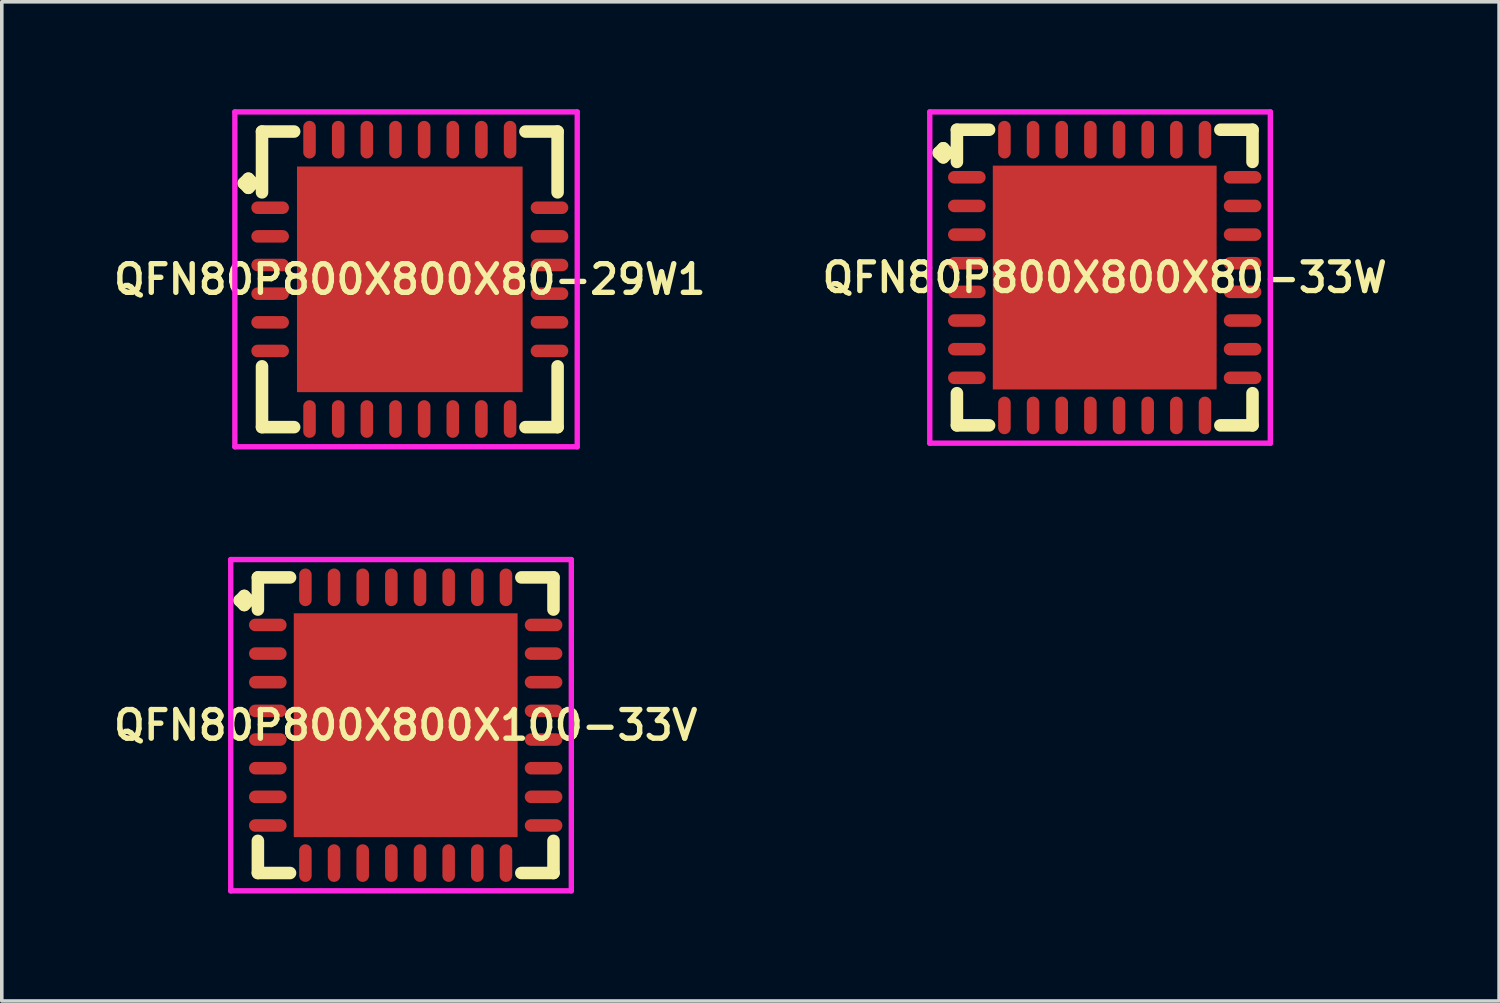
<source format=kicad_pcb>
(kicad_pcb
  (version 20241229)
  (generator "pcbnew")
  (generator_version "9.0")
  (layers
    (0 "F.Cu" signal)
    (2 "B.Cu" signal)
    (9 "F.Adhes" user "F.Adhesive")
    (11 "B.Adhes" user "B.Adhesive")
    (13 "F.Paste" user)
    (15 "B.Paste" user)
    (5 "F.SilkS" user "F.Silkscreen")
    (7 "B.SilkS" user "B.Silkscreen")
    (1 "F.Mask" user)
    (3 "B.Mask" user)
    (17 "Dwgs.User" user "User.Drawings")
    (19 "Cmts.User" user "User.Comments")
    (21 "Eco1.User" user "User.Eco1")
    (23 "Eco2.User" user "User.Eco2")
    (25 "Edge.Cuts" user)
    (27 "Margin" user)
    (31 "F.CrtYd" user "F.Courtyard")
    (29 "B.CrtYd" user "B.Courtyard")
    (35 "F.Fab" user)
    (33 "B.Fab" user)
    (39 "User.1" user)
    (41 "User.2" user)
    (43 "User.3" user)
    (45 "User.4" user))
  (footprint "QFN80P800X800X80-29W1"
    (layer "F.Cu")
    (at 8.393 4.75)
    (property "Reference" "QFN80P800X800X80-29W1" (at 0 0 0) (layer "F.SilkS") (effects (font (size 0.8 0.8) (thickness 0.15))))
    (attr through_hole)
    (fp_line (start -4.635 -2.683) (end -4.508 -2.81) (stroke (width 0.35) (type solid)) (layer "F.SilkS"))
    (fp_line (start -4.508 -2.81) (end -4.381 -2.683) (stroke (width 0.35) (type solid)) (layer "F.SilkS"))
    (fp_line (start -4.508 -2.556) (end -4.635 -2.683) (stroke (width 0.35) (type solid)) (layer "F.SilkS"))
    (fp_line (start -4.381 -2.683) (end -4.508 -2.556) (stroke (width 0.35) (type solid)) (layer "F.SilkS"))
    (fp_line (start -4.127 -4.127) (end -3.229 -4.127) (stroke (width 0.35) (type solid)) (layer "F.SilkS"))
    (fp_line (start -4.127 -2.429) (end -4.127 -4.127) (stroke (width 0.35) (type solid)) (layer "F.SilkS"))
    (fp_line (start -4.127 2.429) (end -4.127 4.127) (stroke (width 0.35) (type solid)) (layer "F.SilkS"))
    (fp_line (start -4.127 4.127) (end -3.229 4.127) (stroke (width 0.35) (type solid)) (layer "F.SilkS"))
    (fp_line (start 3.229 -4.127) (end 4.127 -4.127) (stroke (width 0.35) (type solid)) (layer "F.SilkS"))
    (fp_line (start 3.229 4.127) (end 4.127 4.127) (stroke (width 0.35) (type solid)) (layer "F.SilkS"))
    (fp_line (start 4.127 -4.127) (end 4.127 -2.429) (stroke (width 0.35) (type solid)) (layer "F.SilkS"))
    (fp_line (start 4.127 4.127) (end 4.127 2.429) (stroke (width 0.35) (type solid)) (layer "F.SilkS"))
    (fp_line (start -4.885 -4.675) (end 4.675 -4.675) (stroke (width 0.15) (type solid)) (layer "F.CrtYd"))
    (fp_line (start -4.885 4.675) (end -4.885 -4.675) (stroke (width 0.15) (type solid)) (layer "F.CrtYd"))
    (fp_line (start 4.675 -4.675) (end 4.675 4.675) (stroke (width 0.15) (type solid)) (layer "F.CrtYd"))
    (fp_line (start 4.675 4.675) (end -4.885 4.675) (stroke (width 0.15) (type solid)) (layer "F.CrtYd"))
    (pad "1" smd oval (at -3.9 -2) (size 1.05 0.35) (layers "F.Cu" "F.Mask" "F.Paste"))
    (pad "2" smd oval (at -3.9 -1.2) (size 1.05 0.35) (layers "F.Cu" "F.Mask" "F.Paste"))
    (pad "3" smd oval (at -3.9 -0.4) (size 1.05 0.35) (layers "F.Cu" "F.Mask" "F.Paste"))
    (pad "4" smd oval (at -3.9 0.4) (size 1.05 0.35) (layers "F.Cu" "F.Mask" "F.Paste"))
    (pad "5" smd oval (at -3.9 1.2) (size 1.05 0.35) (layers "F.Cu" "F.Mask" "F.Paste"))
    (pad "6" smd oval (at -3.9 2) (size 1.05 0.35) (layers "F.Cu" "F.Mask" "F.Paste"))
    (pad "7" smd oval (at -2.8 3.9) (size 0.35 1.05) (layers "F.Cu" "F.Mask" "F.Paste"))
    (pad "8" smd oval (at -2 3.9) (size 0.35 1.05) (layers "F.Cu" "F.Mask" "F.Paste"))
    (pad "9" smd oval (at -1.2 3.9) (size 0.35 1.05) (layers "F.Cu" "F.Mask" "F.Paste"))
    (pad "10" smd oval (at -0.4 3.9) (size 0.35 1.05) (layers "F.Cu" "F.Mask" "F.Paste"))
    (pad "11" smd oval (at 0.4 3.9) (size 0.35 1.05) (layers "F.Cu" "F.Mask" "F.Paste"))
    (pad "12" smd oval (at 1.2 3.9) (size 0.35 1.05) (layers "F.Cu" "F.Mask" "F.Paste"))
    (pad "13" smd oval (at 2 3.9) (size 0.35 1.05) (layers "F.Cu" "F.Mask" "F.Paste"))
    (pad "14" smd oval (at 2.8 3.9) (size 0.35 1.05) (layers "F.Cu" "F.Mask" "F.Paste"))
    (pad "15" smd oval (at 3.9 2) (size 1.05 0.35) (layers "F.Cu" "F.Mask" "F.Paste"))
    (pad "16" smd oval (at 3.9 1.2) (size 1.05 0.35) (layers "F.Cu" "F.Mask" "F.Paste"))
    (pad "17" smd oval (at 3.9 0.4) (size 1.05 0.35) (layers "F.Cu" "F.Mask" "F.Paste"))
    (pad "18" smd oval (at 3.9 -0.4) (size 1.05 0.35) (layers "F.Cu" "F.Mask" "F.Paste"))
    (pad "19" smd oval (at 3.9 -1.2) (size 1.05 0.35) (layers "F.Cu" "F.Mask" "F.Paste"))
    (pad "20" smd oval (at 3.9 -2) (size 1.05 0.35) (layers "F.Cu" "F.Mask" "F.Paste"))
    (pad "21" smd oval (at 2.8 -3.9) (size 0.35 1.05) (layers "F.Cu" "F.Mask" "F.Paste"))
    (pad "22" smd oval (at 2 -3.9) (size 0.35 1.05) (layers "F.Cu" "F.Mask" "F.Paste"))
    (pad "23" smd oval (at 1.2 -3.9) (size 0.35 1.05) (layers "F.Cu" "F.Mask" "F.Paste"))
    (pad "24" smd oval (at 0.4 -3.9) (size 0.35 1.05) (layers "F.Cu" "F.Mask" "F.Paste"))
    (pad "25" smd oval (at -0.4 -3.9) (size 0.35 1.05) (layers "F.Cu" "F.Mask" "F.Paste"))
    (pad "26" smd oval (at -1.2 -3.9) (size 0.35 1.05) (layers "F.Cu" "F.Mask" "F.Paste"))
    (pad "27" smd oval (at -2 -3.9) (size 0.35 1.05) (layers "F.Cu" "F.Mask" "F.Paste"))
    (pad "28" smd oval (at -2.8 -3.9) (size 0.35 1.05) (layers "F.Cu" "F.Mask" "F.Paste"))
    (pad "29" smd rect (at 0 0) (size 6.3 6.3) (layers "F.Cu" "F.Mask" "F.Paste")))
  (footprint "QFN80P800X800X80-33W"
    (layer "F.Cu")
    (at 27.797 4.7)
    (property "Reference" "QFN80P800X800X80-33W" (at 0 0 0) (layer "F.SilkS") (effects (font (size 0.8 0.8) (thickness 0.15))))
    (attr through_hole)
    (fp_line (start -4.635 -3.483) (end -4.508 -3.61) (stroke (width 0.35) (type solid)) (layer "F.SilkS"))
    (fp_line (start -4.508 -3.61) (end -4.381 -3.483) (stroke (width 0.35) (type solid)) (layer "F.SilkS"))
    (fp_line (start -4.508 -3.356) (end -4.635 -3.483) (stroke (width 0.35) (type solid)) (layer "F.SilkS"))
    (fp_line (start -4.381 -3.483) (end -4.508 -3.356) (stroke (width 0.35) (type solid)) (layer "F.SilkS"))
    (fp_line (start -4.127 -4.127) (end -3.229 -4.127) (stroke (width 0.35) (type solid)) (layer "F.SilkS"))
    (fp_line (start -4.127 -3.229) (end -4.127 -4.127) (stroke (width 0.35) (type solid)) (layer "F.SilkS"))
    (fp_line (start -4.127 3.229) (end -4.127 4.127) (stroke (width 0.35) (type solid)) (layer "F.SilkS"))
    (fp_line (start -4.127 4.127) (end -3.229 4.127) (stroke (width 0.35) (type solid)) (layer "F.SilkS"))
    (fp_line (start 3.229 -4.127) (end 4.127 -4.127) (stroke (width 0.35) (type solid)) (layer "F.SilkS"))
    (fp_line (start 3.229 4.127) (end 4.127 4.127) (stroke (width 0.35) (type solid)) (layer "F.SilkS"))
    (fp_line (start 4.127 -4.127) (end 4.127 -3.229) (stroke (width 0.35) (type solid)) (layer "F.SilkS"))
    (fp_line (start 4.127 4.127) (end 4.127 3.229) (stroke (width 0.35) (type solid)) (layer "F.SilkS"))
    (fp_line (start -4.885 -4.625) (end 4.625 -4.625) (stroke (width 0.15) (type solid)) (layer "F.CrtYd"))
    (fp_line (start -4.885 4.625) (end -4.885 -4.625) (stroke (width 0.15) (type solid)) (layer "F.CrtYd"))
    (fp_line (start 4.625 -4.625) (end 4.625 4.625) (stroke (width 0.15) (type solid)) (layer "F.CrtYd"))
    (fp_line (start 4.625 4.625) (end -4.885 4.625) (stroke (width 0.15) (type solid)) (layer "F.CrtYd"))
    (pad "1" smd oval (at -3.85 -2.8) (size 1.05 0.35) (layers "F.Cu" "F.Mask" "F.Paste"))
    (pad "2" smd oval (at -3.85 -2) (size 1.05 0.35) (layers "F.Cu" "F.Mask" "F.Paste"))
    (pad "3" smd oval (at -3.85 -1.2) (size 1.05 0.35) (layers "F.Cu" "F.Mask" "F.Paste"))
    (pad "4" smd oval (at -3.85 -0.4) (size 1.05 0.35) (layers "F.Cu" "F.Mask" "F.Paste"))
    (pad "5" smd oval (at -3.85 0.4) (size 1.05 0.35) (layers "F.Cu" "F.Mask" "F.Paste"))
    (pad "6" smd oval (at -3.85 1.2) (size 1.05 0.35) (layers "F.Cu" "F.Mask" "F.Paste"))
    (pad "7" smd oval (at -3.85 2) (size 1.05 0.35) (layers "F.Cu" "F.Mask" "F.Paste"))
    (pad "8" smd oval (at -3.85 2.8) (size 1.05 0.35) (layers "F.Cu" "F.Mask" "F.Paste"))
    (pad "9" smd oval (at -2.8 3.85) (size 0.35 1.05) (layers "F.Cu" "F.Mask" "F.Paste"))
    (pad "10" smd oval (at -2 3.85) (size 0.35 1.05) (layers "F.Cu" "F.Mask" "F.Paste"))
    (pad "11" smd oval (at -1.2 3.85) (size 0.35 1.05) (layers "F.Cu" "F.Mask" "F.Paste"))
    (pad "12" smd oval (at -0.4 3.85) (size 0.35 1.05) (layers "F.Cu" "F.Mask" "F.Paste"))
    (pad "13" smd oval (at 0.4 3.85) (size 0.35 1.05) (layers "F.Cu" "F.Mask" "F.Paste"))
    (pad "14" smd oval (at 1.2 3.85) (size 0.35 1.05) (layers "F.Cu" "F.Mask" "F.Paste"))
    (pad "15" smd oval (at 2 3.85) (size 0.35 1.05) (layers "F.Cu" "F.Mask" "F.Paste"))
    (pad "16" smd oval (at 2.8 3.85) (size 0.35 1.05) (layers "F.Cu" "F.Mask" "F.Paste"))
    (pad "17" smd oval (at 3.85 2.8) (size 1.05 0.35) (layers "F.Cu" "F.Mask" "F.Paste"))
    (pad "18" smd oval (at 3.85 2) (size 1.05 0.35) (layers "F.Cu" "F.Mask" "F.Paste"))
    (pad "19" smd oval (at 3.85 1.2) (size 1.05 0.35) (layers "F.Cu" "F.Mask" "F.Paste"))
    (pad "20" smd oval (at 3.85 0.4) (size 1.05 0.35) (layers "F.Cu" "F.Mask" "F.Paste"))
    (pad "21" smd oval (at 3.85 -0.4) (size 1.05 0.35) (layers "F.Cu" "F.Mask" "F.Paste"))
    (pad "22" smd oval (at 3.85 -1.2) (size 1.05 0.35) (layers "F.Cu" "F.Mask" "F.Paste"))
    (pad "23" smd oval (at 3.85 -2) (size 1.05 0.35) (layers "F.Cu" "F.Mask" "F.Paste"))
    (pad "24" smd oval (at 3.85 -2.8) (size 1.05 0.35) (layers "F.Cu" "F.Mask" "F.Paste"))
    (pad "25" smd oval (at 2.8 -3.85) (size 0.35 1.05) (layers "F.Cu" "F.Mask" "F.Paste"))
    (pad "26" smd oval (at 2 -3.85) (size 0.35 1.05) (layers "F.Cu" "F.Mask" "F.Paste"))
    (pad "27" smd oval (at 1.2 -3.85) (size 0.35 1.05) (layers "F.Cu" "F.Mask" "F.Paste"))
    (pad "28" smd oval (at 0.4 -3.85) (size 0.35 1.05) (layers "F.Cu" "F.Mask" "F.Paste"))
    (pad "29" smd oval (at -0.4 -3.85) (size 0.35 1.05) (layers "F.Cu" "F.Mask" "F.Paste"))
    (pad "30" smd oval (at -1.2 -3.85) (size 0.35 1.05) (layers "F.Cu" "F.Mask" "F.Paste"))
    (pad "31" smd oval (at -2 -3.85) (size 0.35 1.05) (layers "F.Cu" "F.Mask" "F.Paste"))
    (pad "32" smd oval (at -2.8 -3.85) (size 0.35 1.05) (layers "F.Cu" "F.Mask" "F.Paste"))
    (pad "33" smd rect (at 0 0) (size 6.25 6.25) (layers "F.Cu" "F.Mask" "F.Paste")))
  (footprint "QFN80P800X800X100-33V"
    (layer "F.Cu")
    (at 8.278 17.2)
    (property "Reference" "QFN80P800X800X100-33V" (at 0 0 0) (layer "F.SilkS") (effects (font (size 0.8 0.8) (thickness 0.15))))
    (attr smd)
    (fp_line (start -4.635 -3.483) (end -4.508 -3.61) (stroke (width 0.35) (type solid)) (layer "F.SilkS"))
    (fp_line (start -4.508 -3.61) (end -4.381 -3.483) (stroke (width 0.35) (type solid)) (layer "F.SilkS"))
    (fp_line (start -4.508 -3.356) (end -4.635 -3.483) (stroke (width 0.35) (type solid)) (layer "F.SilkS"))
    (fp_line (start -4.381 -3.483) (end -4.508 -3.356) (stroke (width 0.35) (type solid)) (layer "F.SilkS"))
    (fp_line (start -4.127 -4.127) (end -3.229 -4.127) (stroke (width 0.35) (type solid)) (layer "F.SilkS"))
    (fp_line (start -4.127 -3.229) (end -4.127 -4.127) (stroke (width 0.35) (type solid)) (layer "F.SilkS"))
    (fp_line (start -4.127 3.229) (end -4.127 4.127) (stroke (width 0.35) (type solid)) (layer "F.SilkS"))
    (fp_line (start -4.127 4.127) (end -3.229 4.127) (stroke (width 0.35) (type solid)) (layer "F.SilkS"))
    (fp_line (start 3.229 -4.127) (end 4.127 -4.127) (stroke (width 0.35) (type solid)) (layer "F.SilkS"))
    (fp_line (start 3.229 4.127) (end 4.127 4.127) (stroke (width 0.35) (type solid)) (layer "F.SilkS"))
    (fp_line (start 4.127 -4.127) (end 4.127 -3.229) (stroke (width 0.35) (type solid)) (layer "F.SilkS"))
    (fp_line (start 4.127 4.127) (end 4.127 3.229) (stroke (width 0.35) (type solid)) (layer "F.SilkS"))
    (fp_line (start -4.885 -4.625) (end 4.625 -4.625) (stroke (width 0.15) (type solid)) (layer "F.CrtYd"))
    (fp_line (start -4.885 4.625) (end -4.885 -4.625) (stroke (width 0.15) (type solid)) (layer "F.CrtYd"))
    (fp_line (start 4.625 -4.625) (end 4.625 4.625) (stroke (width 0.15) (type solid)) (layer "F.CrtYd"))
    (fp_line (start 4.625 4.625) (end -4.885 4.625) (stroke (width 0.15) (type solid)) (layer "F.CrtYd"))
    (pad "1" smd oval (at -3.85 -2.8) (size 1.05 0.35) (layers "F.Cu" "F.Mask" "F.Paste"))
    (pad "2" smd oval (at -3.85 -2) (size 1.05 0.35) (layers "F.Cu" "F.Mask" "F.Paste"))
    (pad "3" smd oval (at -3.85 -1.2) (size 1.05 0.35) (layers "F.Cu" "F.Mask" "F.Paste"))
    (pad "4" smd oval (at -3.85 -0.4) (size 1.05 0.35) (layers "F.Cu" "F.Mask" "F.Paste"))
    (pad "5" smd oval (at -3.85 0.4) (size 1.05 0.35) (layers "F.Cu" "F.Mask" "F.Paste"))
    (pad "6" smd oval (at -3.85 1.2) (size 1.05 0.35) (layers "F.Cu" "F.Mask" "F.Paste"))
    (pad "7" smd oval (at -3.85 2) (size 1.05 0.35) (layers "F.Cu" "F.Mask" "F.Paste"))
    (pad "8" smd oval (at -3.85 2.8) (size 1.05 0.35) (layers "F.Cu" "F.Mask" "F.Paste"))
    (pad "9" smd oval (at -2.8 3.85) (size 0.35 1.05) (layers "F.Cu" "F.Mask" "F.Paste"))
    (pad "10" smd oval (at -2 3.85) (size 0.35 1.05) (layers "F.Cu" "F.Mask" "F.Paste"))
    (pad "11" smd oval (at -1.2 3.85) (size 0.35 1.05) (layers "F.Cu" "F.Mask" "F.Paste"))
    (pad "12" smd oval (at -0.4 3.85) (size 0.35 1.05) (layers "F.Cu" "F.Mask" "F.Paste"))
    (pad "13" smd oval (at 0.4 3.85) (size 0.35 1.05) (layers "F.Cu" "F.Mask" "F.Paste"))
    (pad "14" smd oval (at 1.2 3.85) (size 0.35 1.05) (layers "F.Cu" "F.Mask" "F.Paste"))
    (pad "15" smd oval (at 2 3.85) (size 0.35 1.05) (layers "F.Cu" "F.Mask" "F.Paste"))
    (pad "16" smd oval (at 2.8 3.85) (size 0.35 1.05) (layers "F.Cu" "F.Mask" "F.Paste"))
    (pad "17" smd oval (at 3.85 2.8) (size 1.05 0.35) (layers "F.Cu" "F.Mask" "F.Paste"))
    (pad "18" smd oval (at 3.85 2) (size 1.05 0.35) (layers "F.Cu" "F.Mask" "F.Paste"))
    (pad "19" smd oval (at 3.85 1.2) (size 1.05 0.35) (layers "F.Cu" "F.Mask" "F.Paste"))
    (pad "20" smd oval (at 3.85 0.4) (size 1.05 0.35) (layers "F.Cu" "F.Mask" "F.Paste"))
    (pad "21" smd oval (at 3.85 -0.4) (size 1.05 0.35) (layers "F.Cu" "F.Mask" "F.Paste"))
    (pad "22" smd oval (at 3.85 -1.2) (size 1.05 0.35) (layers "F.Cu" "F.Mask" "F.Paste"))
    (pad "23" smd oval (at 3.85 -2) (size 1.05 0.35) (layers "F.Cu" "F.Mask" "F.Paste"))
    (pad "24" smd oval (at 3.85 -2.8) (size 1.05 0.35) (layers "F.Cu" "F.Mask" "F.Paste"))
    (pad "25" smd oval (at 2.8 -3.85) (size 0.35 1.05) (layers "F.Cu" "F.Mask" "F.Paste"))
    (pad "26" smd oval (at 2 -3.85) (size 0.35 1.05) (layers "F.Cu" "F.Mask" "F.Paste"))
    (pad "27" smd oval (at 1.2 -3.85) (size 0.35 1.05) (layers "F.Cu" "F.Mask" "F.Paste"))
    (pad "28" smd oval (at 0.4 -3.85) (size 0.35 1.05) (layers "F.Cu" "F.Mask" "F.Paste"))
    (pad "29" smd oval (at -0.4 -3.85) (size 0.35 1.05) (layers "F.Cu" "F.Mask" "F.Paste"))
    (pad "30" smd oval (at -1.2 -3.85) (size 0.35 1.05) (layers "F.Cu" "F.Mask" "F.Paste"))
    (pad "31" smd oval (at -2 -3.85) (size 0.35 1.05) (layers "F.Cu" "F.Mask" "F.Paste"))
    (pad "32" smd oval (at -2.8 -3.85) (size 0.35 1.05) (layers "F.Cu" "F.Mask" "F.Paste"))
    (pad "33" smd rect (at 0 0) (size 6.25 6.25) (layers "F.Cu" "F.Mask" "F.Paste")))
  (gr_rect
    (start -3 -3)
    (end 38.809 24.9)
    (stroke (width 0.1) (type default))
    (fill no)
    (layer "Edge.Cuts")))
</source>
